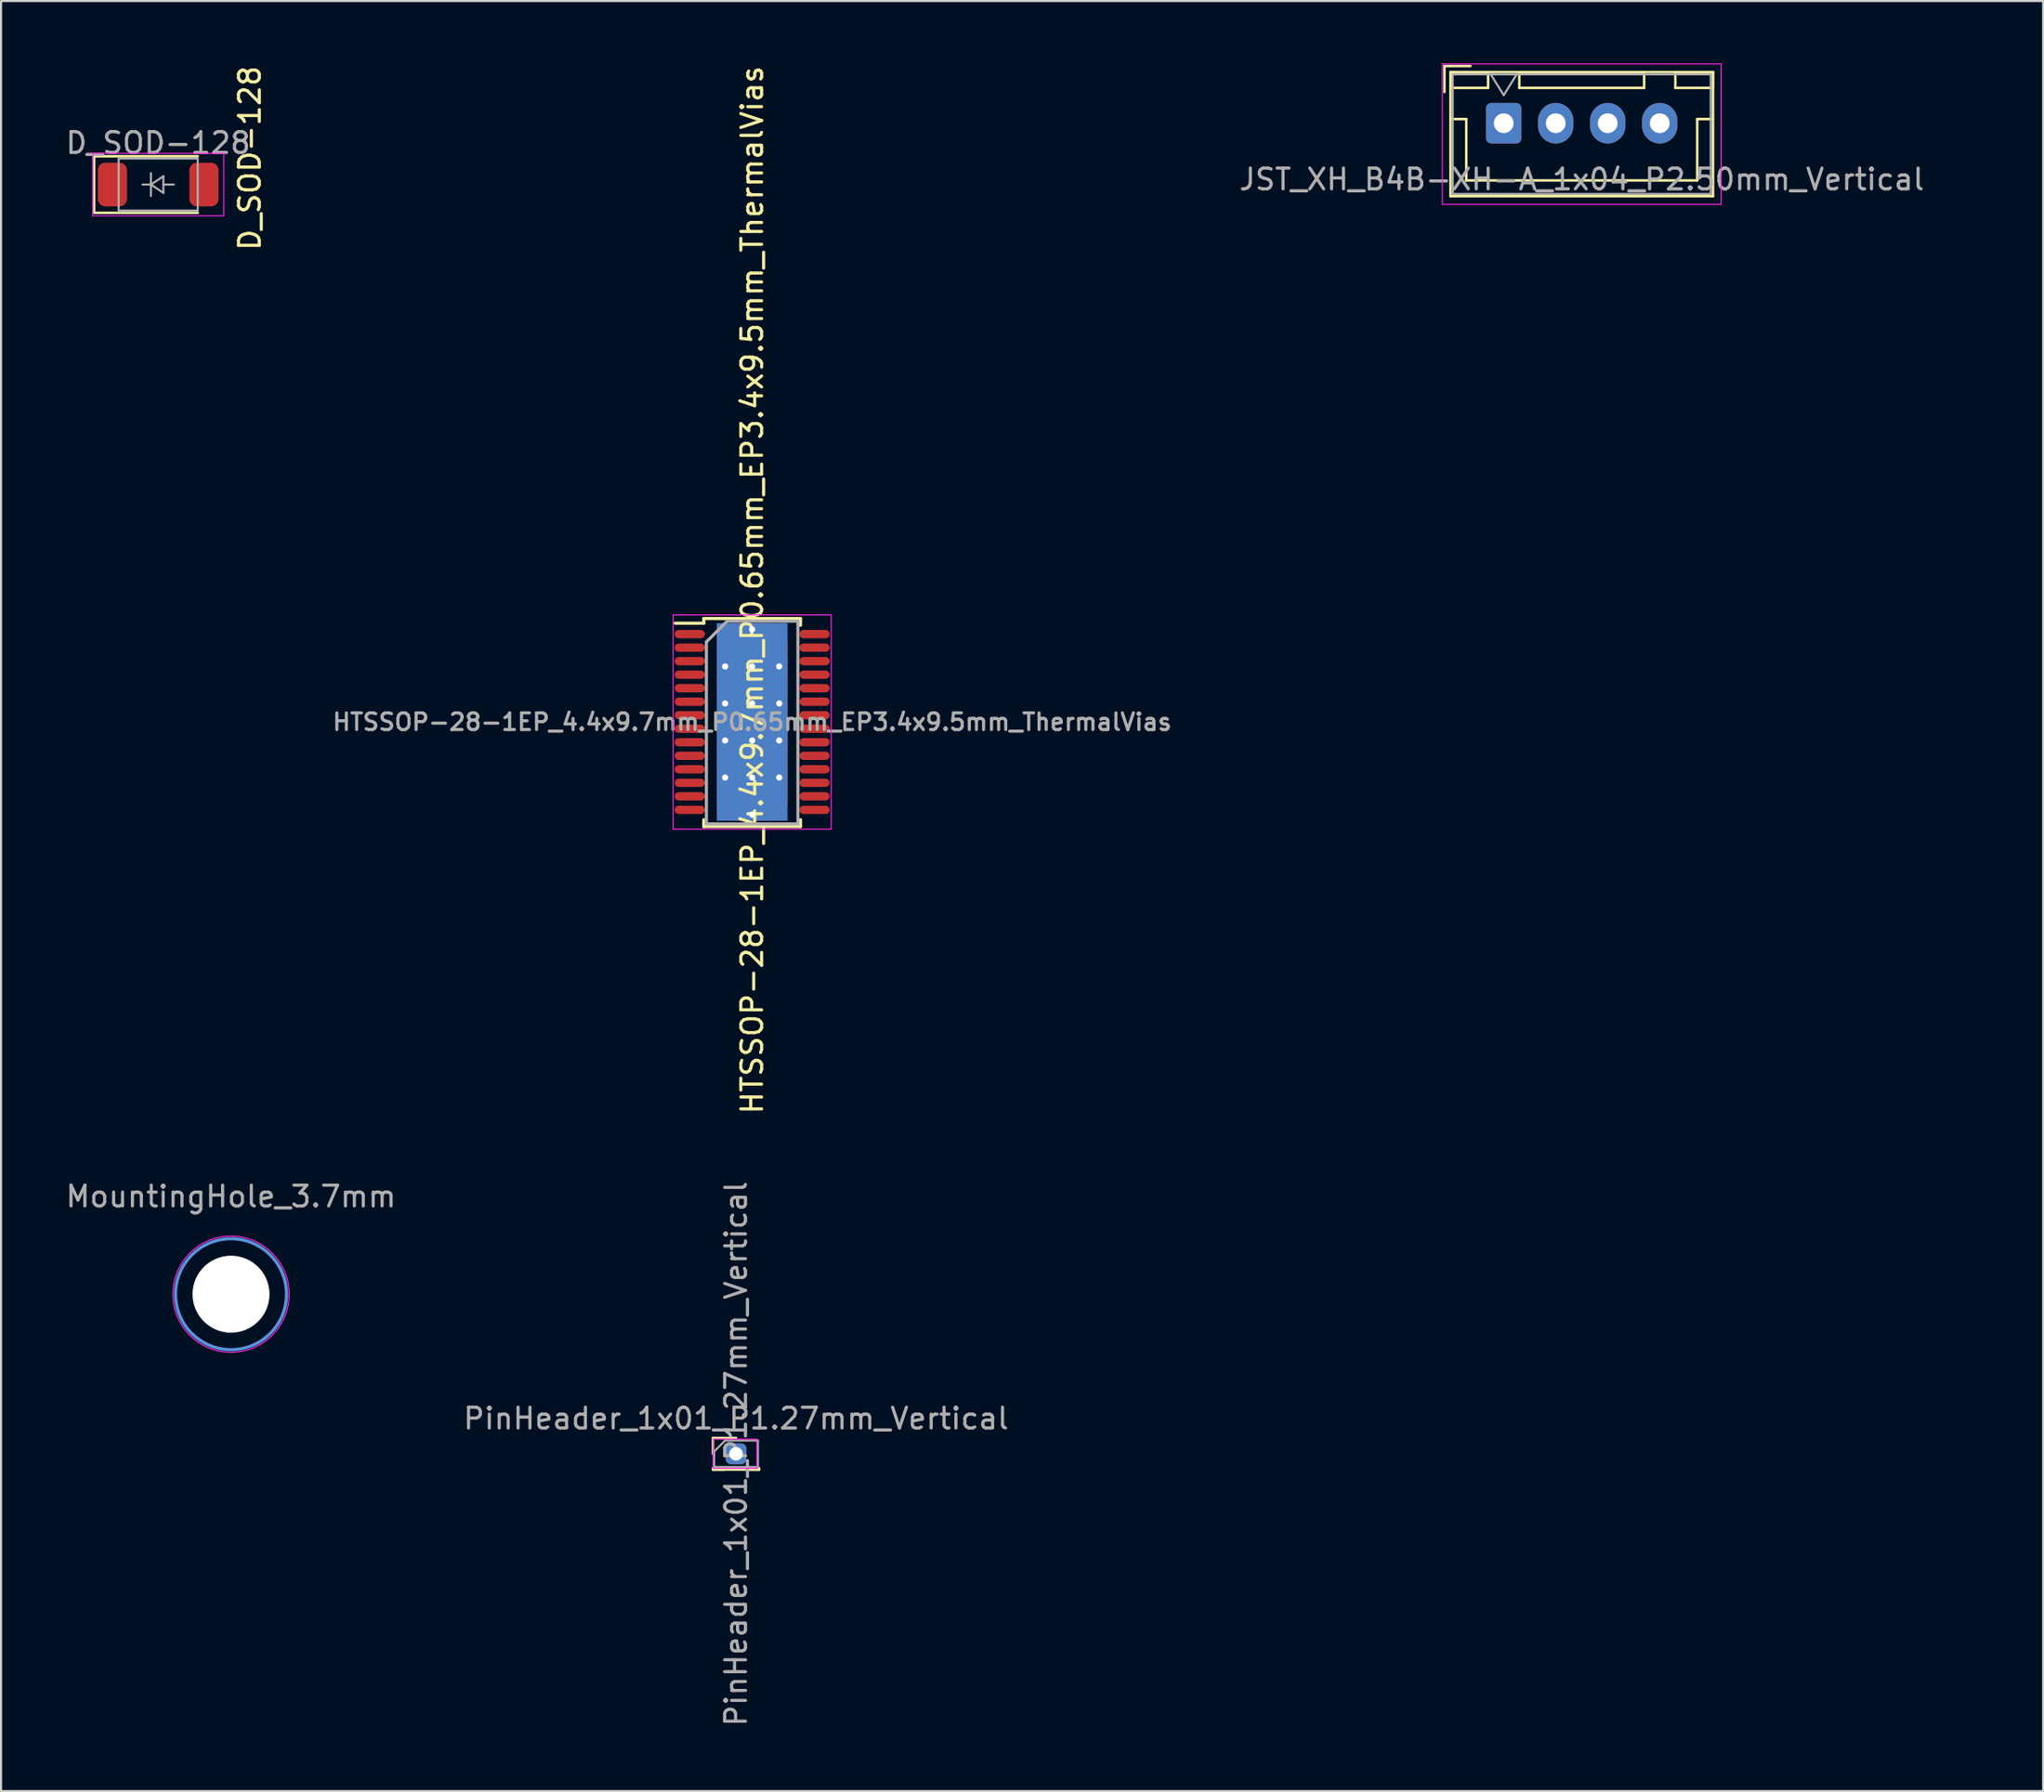
<source format=kicad_pcb>
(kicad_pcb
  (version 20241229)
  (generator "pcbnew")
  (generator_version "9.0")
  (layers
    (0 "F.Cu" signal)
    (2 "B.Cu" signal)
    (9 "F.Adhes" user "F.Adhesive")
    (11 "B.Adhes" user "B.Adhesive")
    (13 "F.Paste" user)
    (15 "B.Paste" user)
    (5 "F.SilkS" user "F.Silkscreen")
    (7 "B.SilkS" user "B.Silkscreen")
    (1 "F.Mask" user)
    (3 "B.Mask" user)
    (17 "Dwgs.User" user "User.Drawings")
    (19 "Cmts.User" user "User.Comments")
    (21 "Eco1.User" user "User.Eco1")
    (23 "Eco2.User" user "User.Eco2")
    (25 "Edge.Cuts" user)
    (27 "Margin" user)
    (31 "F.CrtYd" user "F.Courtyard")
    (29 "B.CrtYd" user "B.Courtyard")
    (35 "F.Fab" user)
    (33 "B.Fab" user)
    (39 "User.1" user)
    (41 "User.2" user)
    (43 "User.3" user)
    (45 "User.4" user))
  (footprint "MountingHole_3.7mm"
    (layer "F.Cu")
    (at 8.054 59.179)
    (property "Reference" "MountingHole_3.7mm" (at 0 -4.7 0) (layer "F.Fab") (effects (font (size 1 1) (thickness 0.15))))
    (attr exclude_from_pos_files exclude_from_bom)
    (fp_circle (center 0 0) (end 2.667 0) (stroke (width 0.15) (type solid)) (fill no) (layer "Cmts.User"))
    (fp_circle (center 0 0) (end 2.794 0) (stroke (width 0.05) (type solid)) (fill no) (layer "F.CrtYd"))
    (pad "" np_thru_hole circle (at 0 0) (size 3.7 3.7) (drill 3.7) (layers "*.Cu" "*.Mask")))
  (footprint "HTSSOP-28-1EP_4.4x9.7mm_P0.65mm_EP3.4x9.5mm_ThermalVias"
    (layer "F.Cu")
    (at 33.103 31.665)
    (property "Reference" "HTSSOP-28-1EP_4.4x9.7mm_P0.65mm_EP3.4x9.5mm_ThermalVias" (at 0 -6.35 90) (layer "F.SilkS") (effects (font (size 1 1) (thickness 0.15))))
    (attr smd)
    (fp_line (start -2.325 -4.975) (end -2.325 -4.75) (stroke (width 0.15) (type solid)) (layer "F.SilkS"))
    (fp_line (start -2.325 -4.975) (end 2.325 -4.975) (stroke (width 0.15) (type solid)) (layer "F.SilkS"))
    (fp_line (start -2.325 -4.75) (end -3.7 -4.75) (stroke (width 0.15) (type solid)) (layer "F.SilkS"))
    (fp_line (start -2.325 5.026) (end -2.325 4.701) (stroke (width 0.15) (type solid)) (layer "F.SilkS"))
    (fp_line (start -2.325 5.026) (end 2.325 5.026) (stroke (width 0.15) (type solid)) (layer "F.SilkS"))
    (fp_line (start 2.325 -4.975) (end 2.325 -4.65) (stroke (width 0.15) (type solid)) (layer "F.SilkS"))
    (fp_line (start 2.325 5.026) (end 2.325 4.701) (stroke (width 0.15) (type solid)) (layer "F.SilkS"))
    (fp_line (start -3.8 -5.15) (end -3.8 5.15) (stroke (width 0.05) (type solid)) (layer "F.CrtYd"))
    (fp_line (start -3.8 -5.15) (end 3.8 -5.15) (stroke (width 0.05) (type solid)) (layer "F.CrtYd"))
    (fp_line (start -3.8 5.15) (end 3.8 5.15) (stroke (width 0.05) (type solid)) (layer "F.CrtYd"))
    (fp_line (start 3.8 -5.15) (end 3.8 5.15) (stroke (width 0.05) (type solid)) (layer "F.CrtYd"))
    (fp_line (start -2.2 -3.85) (end -1.2 -4.85) (stroke (width 0.15) (type solid)) (layer "F.Fab"))
    (fp_line (start -2.2 4.85) (end -2.2 -3.85) (stroke (width 0.15) (type solid)) (layer "F.Fab"))
    (fp_line (start -1.2 -4.85) (end 2.2 -4.85) (stroke (width 0.15) (type solid)) (layer "F.Fab"))
    (fp_line (start 2.2 -4.85) (end 2.2 4.85) (stroke (width 0.15) (type solid)) (layer "F.Fab"))
    (fp_line (start 2.2 4.901) (end -2.2 4.901) (stroke (width 0.15) (type solid)) (layer "F.Fab"))
    (fp_text user "${REFERENCE}" (at 0 0 0) (layer "F.Fab") (effects (font (size 0.8 0.8) (thickness 0.15))))
    (pad "" smd rect (at -0.85 -3.56) (size 1.4 1.4) (layers "F.Paste"))
    (pad "" smd rect (at -0.85 -1.78) (size 1.4 1.4) (layers "F.Paste"))
    (pad "" smd rect (at -0.85 0) (size 1.4 1.4) (layers "F.Paste"))
    (pad "" smd rect (at -0.85 1.78) (size 1.4 1.4) (layers "F.Paste"))
    (pad "" smd rect (at -0.85 3.56) (size 1.4 1.4) (layers "F.Paste"))
    (pad "" smd rect (at 0.85 -3.56) (size 1.4 1.4) (layers "F.Paste"))
    (pad "" smd rect (at 0.85 -1.78) (size 1.4 1.4) (layers "F.Paste"))
    (pad "" smd rect (at 0.85 0) (size 1.4 1.4) (layers "F.Paste"))
    (pad "" smd rect (at 0.85 1.78) (size 1.4 1.4) (layers "F.Paste"))
    (pad "" smd rect (at 0.85 3.56) (size 1.4 1.4) (layers "F.Paste"))
    (pad "1" smd oval (at -3 -4.225) (size 1.45 0.4) (layers "F.Cu" "F.Mask" "F.Paste"))
    (pad "2" smd oval (at -3 -3.575) (size 1.45 0.4) (layers "F.Cu" "F.Mask" "F.Paste"))
    (pad "3" smd oval (at -3 -2.925) (size 1.45 0.4) (layers "F.Cu" "F.Mask" "F.Paste"))
    (pad "4" smd oval (at -3 -2.275) (size 1.45 0.4) (layers "F.Cu" "F.Mask" "F.Paste"))
    (pad "5" smd oval (at -3 -1.625) (size 1.45 0.4) (layers "F.Cu" "F.Mask" "F.Paste"))
    (pad "6" smd oval (at -3 -0.975) (size 1.45 0.4) (layers "F.Cu" "F.Mask" "F.Paste"))
    (pad "7" smd oval (at -3 -0.325) (size 1.45 0.4) (layers "F.Cu" "F.Mask" "F.Paste"))
    (pad "8" smd oval (at -3 0.325) (size 1.45 0.4) (layers "F.Cu" "F.Mask" "F.Paste"))
    (pad "9" smd oval (at -3 0.975) (size 1.45 0.4) (layers "F.Cu" "F.Mask" "F.Paste"))
    (pad "10" smd oval (at -3 1.625) (size 1.45 0.4) (layers "F.Cu" "F.Mask" "F.Paste"))
    (pad "11" smd oval (at -3 2.275) (size 1.45 0.4) (layers "F.Cu" "F.Mask" "F.Paste"))
    (pad "12" smd oval (at -3 2.925) (size 1.45 0.4) (layers "F.Cu" "F.Mask" "F.Paste"))
    (pad "13" smd oval (at -3 3.575) (size 1.45 0.4) (layers "F.Cu" "F.Mask" "F.Paste"))
    (pad "14" smd oval (at -3 4.225) (size 1.45 0.4) (layers "F.Cu" "F.Mask" "F.Paste"))
    (pad "15" smd oval (at 3 4.225) (size 1.45 0.4) (layers "F.Cu" "F.Mask" "F.Paste"))
    (pad "16" smd oval (at 3 3.575) (size 1.45 0.4) (layers "F.Cu" "F.Mask" "F.Paste"))
    (pad "17" smd oval (at 3 2.925) (size 1.45 0.4) (layers "F.Cu" "F.Mask" "F.Paste"))
    (pad "18" smd oval (at 3 2.275) (size 1.45 0.4) (layers "F.Cu" "F.Mask" "F.Paste"))
    (pad "19" smd oval (at 3 1.625) (size 1.45 0.4) (layers "F.Cu" "F.Mask" "F.Paste"))
    (pad "20" smd oval (at 3 0.975) (size 1.45 0.4) (layers "F.Cu" "F.Mask" "F.Paste"))
    (pad "21" smd oval (at 3 0.325) (size 1.45 0.4) (layers "F.Cu" "F.Mask" "F.Paste"))
    (pad "22" smd oval (at 3 -0.325) (size 1.45 0.4) (layers "F.Cu" "F.Mask" "F.Paste"))
    (pad "23" smd oval (at 3 -0.975) (size 1.45 0.4) (layers "F.Cu" "F.Mask" "F.Paste"))
    (pad "24" smd oval (at 3 -1.625) (size 1.45 0.4) (layers "F.Cu" "F.Mask" "F.Paste"))
    (pad "25" smd oval (at 3 -2.275) (size 1.45 0.4) (layers "F.Cu" "F.Mask" "F.Paste"))
    (pad "26" smd oval (at 3 -2.925) (size 1.45 0.4) (layers "F.Cu" "F.Mask" "F.Paste"))
    (pad "27" smd oval (at 3 -3.575) (size 1.45 0.4) (layers "F.Cu" "F.Mask" "F.Paste"))
    (pad "28" smd oval (at 3 -4.225) (size 1.45 0.4) (layers "F.Cu" "F.Mask" "F.Paste"))
    (pad "29" thru_hole circle (at -1.3 -2.67) (size 0.6 0.6) (drill 0.3) (layers "*.Cu"))
    (pad "29" thru_hole circle (at -1.3 -0.89) (size 0.6 0.6) (drill 0.3) (layers "*.Cu"))
    (pad "29" thru_hole circle (at -1.3 0.89) (size 0.6 0.6) (drill 0.3) (layers "*.Cu"))
    (pad "29" thru_hole circle (at -1.3 2.67) (size 0.6 0.6) (drill 0.3) (layers "*.Cu"))
    (pad "29" thru_hole circle (at 0 -4.45) (size 0.6 0.6) (drill 0.3) (layers "*.Cu"))
    (pad "29" thru_hole circle (at 0 -2.67) (size 0.6 0.6) (drill 0.3) (layers "*.Cu"))
    (pad "29" thru_hole circle (at 0 -0.89) (size 0.6 0.6) (drill 0.3) (layers "*.Cu"))
    (pad "29" smd rect (at 0 0) (size 3.4 9.5) (layers "B.Cu"))
    (pad "29" smd roundrect (at 0 0) (size 3.4 9.5) (layers "F.Cu" "F.Mask") (roundrect_rratio 0.25))
    (pad "29" thru_hole circle (at 0 0.89) (size 0.6 0.6) (drill 0.3) (layers "*.Cu"))
    (pad "29" thru_hole circle (at 0 2.67) (size 0.6 0.6) (drill 0.3) (layers "*.Cu"))
    (pad "29" thru_hole circle (at 0 4.45) (size 0.6 0.6) (drill 0.3) (layers "*.Cu"))
    (pad "29" thru_hole circle (at 1.3 -2.67) (size 0.6 0.6) (drill 0.3) (layers "*.Cu"))
    (pad "29" thru_hole circle (at 1.3 -0.89) (size 0.6 0.6) (drill 0.3) (layers "*.Cu"))
    (pad "29" thru_hole circle (at 1.3 0.89) (size 0.6 0.6) (drill 0.3) (layers "*.Cu"))
    (pad "29" thru_hole circle (at 1.3 2.67) (size 0.6 0.6) (drill 0.3) (layers "*.Cu")))
  (footprint "JST_XH_B4B-XH-A_1x04_P2.50mm_Vertical"
    (layer "F.Cu")
    (at 69.228 2.875)
    (property "Reference" "JST_XH_B4B-XH-A_1x04_P2.50mm_Vertical" (at 6.35 2.794 180) (layer "Eco1.User") (effects (font (size 1 1) (thickness 0.15))))
    (attr through_hole)
    (fp_line (start -2.85 -2.75) (end -2.85 -1.5) (stroke (width 0.12) (type solid)) (layer "F.SilkS"))
    (fp_line (start -2.56 -2.46) (end -2.56 3.51) (stroke (width 0.12) (type solid)) (layer "F.SilkS"))
    (fp_line (start -2.56 3.51) (end 10.06 3.51) (stroke (width 0.12) (type solid)) (layer "F.SilkS"))
    (fp_line (start -2.55 -2.45) (end -2.55 -1.7) (stroke (width 0.12) (type solid)) (layer "F.SilkS"))
    (fp_line (start -2.55 -1.7) (end -0.75 -1.7) (stroke (width 0.12) (type solid)) (layer "F.SilkS"))
    (fp_line (start -2.55 -0.2) (end -1.8 -0.2) (stroke (width 0.12) (type solid)) (layer "F.SilkS"))
    (fp_line (start -1.8 -0.2) (end -1.8 2.75) (stroke (width 0.12) (type solid)) (layer "F.SilkS"))
    (fp_line (start -1.8 2.75) (end 3.75 2.75) (stroke (width 0.12) (type solid)) (layer "F.SilkS"))
    (fp_line (start -1.6 -2.75) (end -2.85 -2.75) (stroke (width 0.12) (type solid)) (layer "F.SilkS"))
    (fp_line (start -0.75 -2.45) (end -2.55 -2.45) (stroke (width 0.12) (type solid)) (layer "F.SilkS"))
    (fp_line (start -0.75 -1.7) (end -0.75 -2.45) (stroke (width 0.12) (type solid)) (layer "F.SilkS"))
    (fp_line (start 0.75 -2.45) (end 0.75 -1.7) (stroke (width 0.12) (type solid)) (layer "F.SilkS"))
    (fp_line (start 0.75 -1.7) (end 6.75 -1.7) (stroke (width 0.12) (type solid)) (layer "F.SilkS"))
    (fp_line (start 6.75 -2.45) (end 0.75 -2.45) (stroke (width 0.12) (type solid)) (layer "F.SilkS"))
    (fp_line (start 6.75 -1.7) (end 6.75 -2.45) (stroke (width 0.12) (type solid)) (layer "F.SilkS"))
    (fp_line (start 8.25 -2.45) (end 8.25 -1.7) (stroke (width 0.12) (type solid)) (layer "F.SilkS"))
    (fp_line (start 8.25 -1.7) (end 10.05 -1.7) (stroke (width 0.12) (type solid)) (layer "F.SilkS"))
    (fp_line (start 9.3 -0.2) (end 9.3 2.75) (stroke (width 0.12) (type solid)) (layer "F.SilkS"))
    (fp_line (start 9.3 2.75) (end 3.75 2.75) (stroke (width 0.12) (type solid)) (layer "F.SilkS"))
    (fp_line (start 10.05 -2.45) (end 8.25 -2.45) (stroke (width 0.12) (type solid)) (layer "F.SilkS"))
    (fp_line (start 10.05 -1.7) (end 10.05 -2.45) (stroke (width 0.12) (type solid)) (layer "F.SilkS"))
    (fp_line (start 10.05 -0.2) (end 9.3 -0.2) (stroke (width 0.12) (type solid)) (layer "F.SilkS"))
    (fp_line (start 10.06 -2.46) (end -2.56 -2.46) (stroke (width 0.12) (type solid)) (layer "F.SilkS"))
    (fp_line (start 10.06 3.51) (end 10.06 -2.46) (stroke (width 0.12) (type solid)) (layer "F.SilkS"))
    (fp_line (start -2.95 -2.85) (end -2.95 3.9) (stroke (width 0.05) (type solid)) (layer "F.CrtYd"))
    (fp_line (start -2.95 3.9) (end 10.45 3.9) (stroke (width 0.05) (type solid)) (layer "F.CrtYd"))
    (fp_line (start 10.45 -2.85) (end -2.95 -2.85) (stroke (width 0.05) (type solid)) (layer "F.CrtYd"))
    (fp_line (start 10.45 3.9) (end 10.45 -2.85) (stroke (width 0.05) (type solid)) (layer "F.CrtYd"))
    (fp_line (start -2.45 -2.35) (end -2.45 3.4) (stroke (width 0.1) (type solid)) (layer "F.Fab"))
    (fp_line (start -2.45 3.4) (end 9.95 3.4) (stroke (width 0.1) (type solid)) (layer "F.Fab"))
    (fp_line (start -0.625 -2.35) (end 0 -1.35) (stroke (width 0.1) (type solid)) (layer "F.Fab"))
    (fp_line (start 0 -1.35) (end 0.625 -2.35) (stroke (width 0.1) (type solid)) (layer "F.Fab"))
    (fp_line (start 9.95 -2.35) (end -2.45 -2.35) (stroke (width 0.1) (type solid)) (layer "F.Fab"))
    (fp_line (start 9.95 3.4) (end 9.95 -2.35) (stroke (width 0.1) (type solid)) (layer "F.Fab"))
    (fp_text user "${REFERENCE}" (at 3.75 2.7 180) (layer "F.Fab") (effects (font (size 1 1) (thickness 0.15))))
    (pad "1" thru_hole roundrect (at 0 0) (size 1.7 1.95) (drill 0.95) (layers "*.Cu" "*.Mask") (roundrect_rratio 0.147))
    (pad "2" thru_hole oval (at 2.5 0) (size 1.7 1.95) (drill 0.95) (layers "*.Cu" "*.Mask"))
    (pad "3" thru_hole oval (at 5 0) (size 1.7 1.95) (drill 0.95) (layers "*.Cu" "*.Mask"))
    (pad "4" thru_hole oval (at 7.5 0) (size 1.7 1.95) (drill 0.95) (layers "*.Cu" "*.Mask")))
  (footprint "D_SOD-128"
    (layer "F.Cu")
    (at 4.554 5.824)
    (property "Reference" "D_SOD-128" (at 4.404 -1.27 270) (layer "F.SilkS") (effects (font (size 1 1) (thickness 0.15))))
    (attr smd)
    (fp_line (start -3.08 -1.36) (end -3.08 1.36) (stroke (width 0.12) (type solid)) (layer "F.SilkS"))
    (fp_line (start -3.08 -1.36) (end 1.9 -1.36) (stroke (width 0.12) (type solid)) (layer "F.SilkS"))
    (fp_line (start -3.08 1.36) (end 1.9 1.36) (stroke (width 0.12) (type solid)) (layer "F.SilkS"))
    (fp_line (start -3.15 -1.5) (end -3.15 1.5) (stroke (width 0.05) (type solid)) (layer "F.CrtYd"))
    (fp_line (start -3.15 -1.5) (end 3.15 -1.5) (stroke (width 0.05) (type solid)) (layer "F.CrtYd"))
    (fp_line (start 3.15 -1.5) (end 3.15 1.5) (stroke (width 0.05) (type solid)) (layer "F.CrtYd"))
    (fp_line (start 3.15 1.5) (end -3.15 1.5) (stroke (width 0.05) (type solid)) (layer "F.CrtYd"))
    (fp_line (start -1.9 -1.25) (end 1.9 -1.25) (stroke (width 0.1) (type solid)) (layer "F.Fab"))
    (fp_line (start -1.9 1.25) (end -1.9 -1.25) (stroke (width 0.1) (type solid)) (layer "F.Fab"))
    (fp_line (start -0.75 0) (end -0.35 0) (stroke (width 0.1) (type solid)) (layer "F.Fab"))
    (fp_line (start -0.35 0) (end -0.35 -0.55) (stroke (width 0.1) (type solid)) (layer "F.Fab"))
    (fp_line (start -0.35 0) (end -0.35 0.55) (stroke (width 0.1) (type solid)) (layer "F.Fab"))
    (fp_line (start -0.35 0) (end 0.25 -0.4) (stroke (width 0.1) (type solid)) (layer "F.Fab"))
    (fp_line (start 0.25 -0.4) (end 0.25 0.4) (stroke (width 0.1) (type solid)) (layer "F.Fab"))
    (fp_line (start 0.25 0) (end 0.75 0) (stroke (width 0.1) (type solid)) (layer "F.Fab"))
    (fp_line (start 0.25 0.4) (end -0.35 0) (stroke (width 0.1) (type solid)) (layer "F.Fab"))
    (fp_line (start 1.9 -1.25) (end 1.9 1.25) (stroke (width 0.1) (type solid)) (layer "F.Fab"))
    (fp_line (start 1.9 1.25) (end -1.9 1.25) (stroke (width 0.1) (type solid)) (layer "F.Fab"))
    (fp_text user "${REFERENCE}" (at 0 -2 180) (layer "F.Fab") (effects (font (size 1 1) (thickness 0.15))))
    (pad "1" smd roundrect (at -2.2 0) (size 1.4 2.1) (layers "F.Cu" "F.Mask" "F.Paste") (roundrect_rratio 0.25))
    (pad "2" smd roundrect (at 2.2 0) (size 1.4 2.1) (layers "F.Cu" "F.Mask" "F.Paste") (roundrect_rratio 0.25)))
  (footprint "PinHeader_1x01_P1.27mm_Vertical"
    (layer "F.Cu")
    (at 32.327 66.851)
    (property "Reference" "PinHeader_1x01_P1.27mm_Vertical" (at 0 -1.695 0) (layer "F.Fab") (effects (font (size 1 1) (thickness 0.15))))
    (attr through_hole)
    (fp_line (start -1.11 -0.76) (end 0 -0.76) (stroke (width 0.12) (type solid)) (layer "F.SilkS"))
    (fp_line (start -1.11 0) (end -1.11 -0.76) (stroke (width 0.12) (type solid)) (layer "F.SilkS"))
    (fp_line (start -1.11 0.76) (end -1.11 0.695) (stroke (width 0.12) (type solid)) (layer "F.SilkS"))
    (fp_line (start -1.11 0.76) (end -0.563 0.76) (stroke (width 0.12) (type solid)) (layer "F.SilkS"))
    (fp_line (start -1.11 0.76) (end 1.11 0.76) (stroke (width 0.12) (type solid)) (layer "F.SilkS"))
    (fp_line (start 0.563 0.76) (end 1.11 0.76) (stroke (width 0.12) (type solid)) (layer "F.SilkS"))
    (fp_line (start 1.11 0.76) (end 1.11 0.695) (stroke (width 0.12) (type solid)) (layer "F.SilkS"))
    (fp_line (start -1.1 -0.7) (end -1.1 0.7) (stroke (width 0.05) (type solid)) (layer "F.CrtYd"))
    (fp_line (start -1.1 0.7) (end 1 0.7) (stroke (width 0.05) (type solid)) (layer "F.CrtYd"))
    (fp_line (start 1 -0.7) (end -1.1 -0.7) (stroke (width 0.05) (type solid)) (layer "F.CrtYd"))
    (fp_line (start 1 0.7) (end 1 -0.7) (stroke (width 0.05) (type solid)) (layer "F.CrtYd"))
    (fp_line (start -1.05 -0.11) (end -0.525 -0.635) (stroke (width 0.1) (type solid)) (layer "F.Fab"))
    (fp_line (start -1.05 0.635) (end -1.05 -0.11) (stroke (width 0.1) (type solid)) (layer "F.Fab"))
    (fp_line (start -0.525 -0.635) (end 1.05 -0.635) (stroke (width 0.1) (type solid)) (layer "F.Fab"))
    (fp_line (start 1.05 -0.635) (end 1.05 0.635) (stroke (width 0.1) (type solid)) (layer "F.Fab"))
    (fp_line (start 1.05 0.635) (end -1.05 0.635) (stroke (width 0.1) (type solid)) (layer "F.Fab"))
    (fp_text user "${REFERENCE}" (at 0 0 90) (layer "F.Fab") (effects (font (size 1 1) (thickness 0.15))))
    (pad "1" thru_hole roundrect (at 0 0) (size 1 1) (drill 0.65) (layers "*.Cu" "*.Mask") (roundrect_rratio 0.25)))
  (gr_rect
    (start -3 -3)
    (end 95.155 83.071)
    (stroke (width 0.1) (type default))
    (fill no)
    (layer "Edge.Cuts")))
</source>
